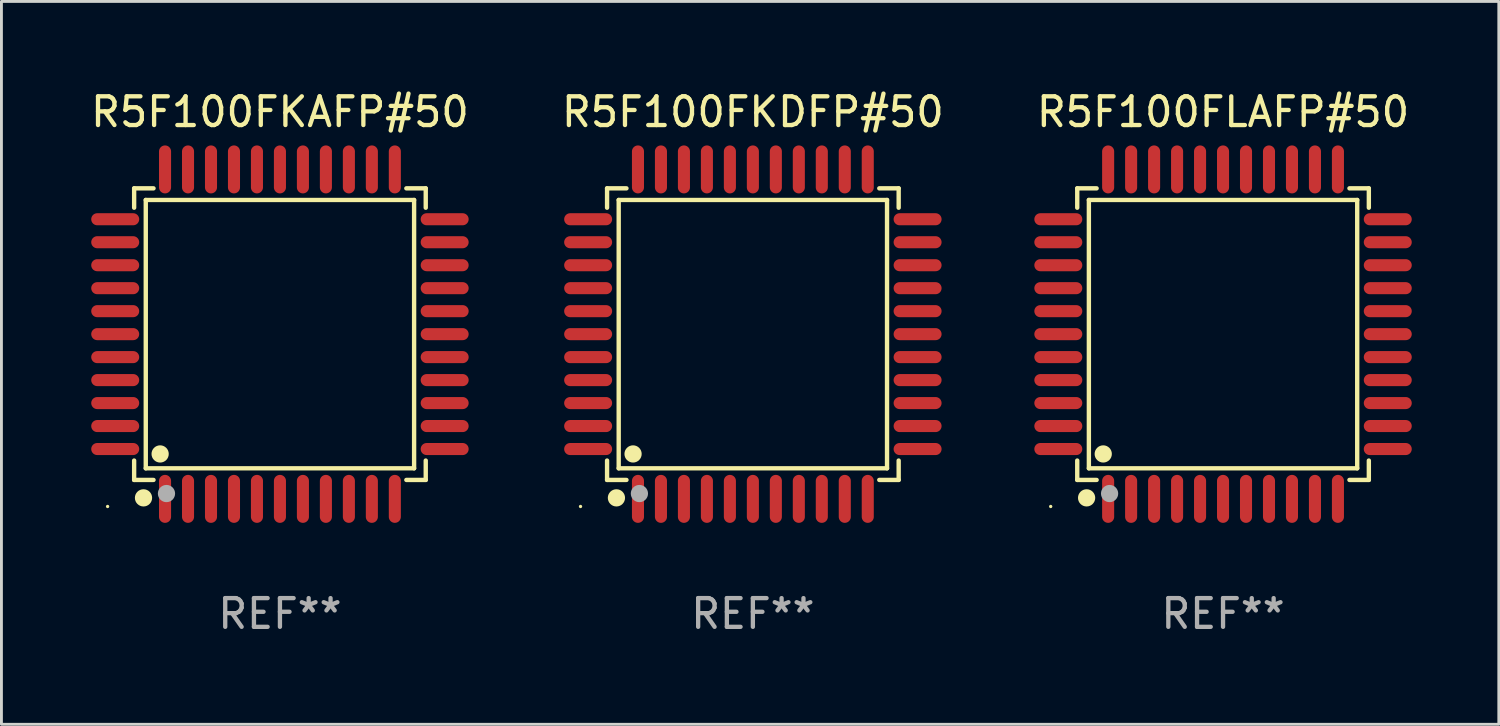
<source format=kicad_pcb>
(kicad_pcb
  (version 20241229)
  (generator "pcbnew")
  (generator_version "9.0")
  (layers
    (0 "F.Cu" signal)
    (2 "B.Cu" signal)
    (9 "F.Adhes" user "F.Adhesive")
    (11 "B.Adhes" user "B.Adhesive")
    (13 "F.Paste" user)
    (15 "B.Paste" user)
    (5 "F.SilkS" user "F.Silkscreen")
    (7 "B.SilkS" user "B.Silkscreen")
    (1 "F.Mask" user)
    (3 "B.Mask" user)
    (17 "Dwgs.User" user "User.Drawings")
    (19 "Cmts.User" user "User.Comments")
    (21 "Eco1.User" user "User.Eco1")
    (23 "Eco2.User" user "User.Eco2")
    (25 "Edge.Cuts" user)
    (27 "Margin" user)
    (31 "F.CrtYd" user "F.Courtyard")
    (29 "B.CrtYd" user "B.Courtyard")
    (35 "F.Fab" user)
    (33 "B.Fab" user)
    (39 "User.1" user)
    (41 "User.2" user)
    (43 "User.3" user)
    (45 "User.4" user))
  (footprint "R5F100FLAFP#50"
    (layer "F.Cu")
    (at 39.53 8.583)
    (property "Reference" "R5F100FLAFP#50" (at 0 -7.735 0) (layer "F.SilkS") (effects (font (size 1 1) (thickness 0.15))))
    (attr through_hole)
    (fp_line (start -5.076 -5.076) (end -4.401 -5.076) (stroke (width 0.152) (type solid)) (layer "F.SilkS"))
    (fp_line (start -5.076 -4.401) (end -5.076 -5.076) (stroke (width 0.152) (type solid)) (layer "F.SilkS"))
    (fp_line (start -5.076 4.401) (end -5.076 5.076) (stroke (width 0.152) (type solid)) (layer "F.SilkS"))
    (fp_line (start -5.076 5.076) (end -4.401 5.076) (stroke (width 0.152) (type solid)) (layer "F.SilkS"))
    (fp_line (start -4.671 -4.671) (end 4.671 -4.671) (stroke (width 0.152) (type solid)) (layer "F.SilkS"))
    (fp_line (start -4.671 4.671) (end -4.671 -4.671) (stroke (width 0.152) (type solid)) (layer "F.SilkS"))
    (fp_line (start 4.671 -4.671) (end 4.671 4.671) (stroke (width 0.152) (type solid)) (layer "F.SilkS"))
    (fp_line (start 4.671 4.671) (end -4.671 4.671) (stroke (width 0.152) (type solid)) (layer "F.SilkS"))
    (fp_line (start 5.076 -5.076) (end 4.401 -5.076) (stroke (width 0.152) (type solid)) (layer "F.SilkS"))
    (fp_line (start 5.076 -4.401) (end 5.076 -5.076) (stroke (width 0.152) (type solid)) (layer "F.SilkS"))
    (fp_line (start 5.076 4.401) (end 5.076 5.076) (stroke (width 0.152) (type solid)) (layer "F.SilkS"))
    (fp_line (start 5.076 5.076) (end 4.401 5.076) (stroke (width 0.152) (type solid)) (layer "F.SilkS"))
    (fp_circle (center -6 6) (end -5.97 6) (stroke (width 0.06) (type solid)) (fill no) (layer "F.SilkS"))
    (fp_circle (center -4.75 5.7) (end -4.6 5.7) (stroke (width 0.3) (type solid)) (fill no) (layer "F.SilkS"))
    (fp_circle (center -4.171 4.171) (end -4.021 4.171) (stroke (width 0.3) (type solid)) (fill no) (layer "F.SilkS"))
    (fp_circle (center -3.95 5.55) (end -3.8 5.55) (stroke (width 0.3) (type solid)) (fill no) (layer "F.Fab"))
    (fp_text user "REF**" (at 0 9.735 0) (layer "F.Fab") (effects (font (size 1 1) (thickness 0.15))))
    (pad "1" smd oval (at -4 5.735) (size 0.42 1.67) (layers "F.Cu" "F.Mask" "F.Paste"))
    (pad "2" smd oval (at -3.2 5.735) (size 0.42 1.67) (layers "F.Cu" "F.Mask" "F.Paste"))
    (pad "3" smd oval (at -2.4 5.735) (size 0.42 1.67) (layers "F.Cu" "F.Mask" "F.Paste"))
    (pad "4" smd oval (at -1.6 5.735) (size 0.42 1.67) (layers "F.Cu" "F.Mask" "F.Paste"))
    (pad "5" smd oval (at -0.8 5.735) (size 0.42 1.67) (layers "F.Cu" "F.Mask" "F.Paste"))
    (pad "6" smd oval (at 0 5.735) (size 0.42 1.67) (layers "F.Cu" "F.Mask" "F.Paste"))
    (pad "7" smd oval (at 0.8 5.735) (size 0.42 1.67) (layers "F.Cu" "F.Mask" "F.Paste"))
    (pad "8" smd oval (at 1.6 5.735) (size 0.42 1.67) (layers "F.Cu" "F.Mask" "F.Paste"))
    (pad "9" smd oval (at 2.4 5.735) (size 0.42 1.67) (layers "F.Cu" "F.Mask" "F.Paste"))
    (pad "10" smd oval (at 3.2 5.735) (size 0.42 1.67) (layers "F.Cu" "F.Mask" "F.Paste"))
    (pad "11" smd oval (at 4 5.735) (size 0.42 1.67) (layers "F.Cu" "F.Mask" "F.Paste"))
    (pad "12" smd oval (at 5.735 4) (size 1.67 0.42) (layers "F.Cu" "F.Mask" "F.Paste"))
    (pad "13" smd oval (at 5.735 3.2) (size 1.67 0.42) (layers "F.Cu" "F.Mask" "F.Paste"))
    (pad "14" smd oval (at 5.735 2.4) (size 1.67 0.42) (layers "F.Cu" "F.Mask" "F.Paste"))
    (pad "15" smd oval (at 5.735 1.6) (size 1.67 0.42) (layers "F.Cu" "F.Mask" "F.Paste"))
    (pad "16" smd oval (at 5.735 0.8) (size 1.67 0.42) (layers "F.Cu" "F.Mask" "F.Paste"))
    (pad "17" smd oval (at 5.735 0) (size 1.67 0.42) (layers "F.Cu" "F.Mask" "F.Paste"))
    (pad "18" smd oval (at 5.735 -0.8) (size 1.67 0.42) (layers "F.Cu" "F.Mask" "F.Paste"))
    (pad "19" smd oval (at 5.735 -1.6) (size 1.67 0.42) (layers "F.Cu" "F.Mask" "F.Paste"))
    (pad "20" smd oval (at 5.735 -2.4) (size 1.67 0.42) (layers "F.Cu" "F.Mask" "F.Paste"))
    (pad "21" smd oval (at 5.735 -3.2) (size 1.67 0.42) (layers "F.Cu" "F.Mask" "F.Paste"))
    (pad "22" smd oval (at 5.735 -4) (size 1.67 0.42) (layers "F.Cu" "F.Mask" "F.Paste"))
    (pad "23" smd oval (at 4 -5.735) (size 0.42 1.67) (layers "F.Cu" "F.Mask" "F.Paste"))
    (pad "24" smd oval (at 3.2 -5.735) (size 0.42 1.67) (layers "F.Cu" "F.Mask" "F.Paste"))
    (pad "25" smd oval (at 2.4 -5.735) (size 0.42 1.67) (layers "F.Cu" "F.Mask" "F.Paste"))
    (pad "26" smd oval (at 1.6 -5.735) (size 0.42 1.67) (layers "F.Cu" "F.Mask" "F.Paste"))
    (pad "27" smd oval (at 0.8 -5.735) (size 0.42 1.67) (layers "F.Cu" "F.Mask" "F.Paste"))
    (pad "28" smd oval (at 0 -5.735) (size 0.42 1.67) (layers "F.Cu" "F.Mask" "F.Paste"))
    (pad "29" smd oval (at -0.8 -5.735) (size 0.42 1.67) (layers "F.Cu" "F.Mask" "F.Paste"))
    (pad "30" smd oval (at -1.6 -5.735) (size 0.42 1.67) (layers "F.Cu" "F.Mask" "F.Paste"))
    (pad "31" smd oval (at -2.4 -5.735) (size 0.42 1.67) (layers "F.Cu" "F.Mask" "F.Paste"))
    (pad "32" smd oval (at -3.2 -5.735) (size 0.42 1.67) (layers "F.Cu" "F.Mask" "F.Paste"))
    (pad "33" smd oval (at -4 -5.735) (size 0.42 1.67) (layers "F.Cu" "F.Mask" "F.Paste"))
    (pad "34" smd oval (at -5.735 -4) (size 1.67 0.42) (layers "F.Cu" "F.Mask" "F.Paste"))
    (pad "35" smd oval (at -5.735 -3.2) (size 1.67 0.42) (layers "F.Cu" "F.Mask" "F.Paste"))
    (pad "36" smd oval (at -5.735 -2.4) (size 1.67 0.42) (layers "F.Cu" "F.Mask" "F.Paste"))
    (pad "37" smd oval (at -5.735 -1.6) (size 1.67 0.42) (layers "F.Cu" "F.Mask" "F.Paste"))
    (pad "38" smd oval (at -5.735 -0.8) (size 1.67 0.42) (layers "F.Cu" "F.Mask" "F.Paste"))
    (pad "39" smd oval (at -5.735 0) (size 1.67 0.42) (layers "F.Cu" "F.Mask" "F.Paste"))
    (pad "40" smd oval (at -5.735 0.8) (size 1.67 0.42) (layers "F.Cu" "F.Mask" "F.Paste"))
    (pad "41" smd oval (at -5.735 1.6) (size 1.67 0.42) (layers "F.Cu" "F.Mask" "F.Paste"))
    (pad "42" smd oval (at -5.735 2.4) (size 1.67 0.42) (layers "F.Cu" "F.Mask" "F.Paste"))
    (pad "43" smd oval (at -5.735 3.2) (size 1.67 0.42) (layers "F.Cu" "F.Mask" "F.Paste"))
    (pad "44" smd oval (at -5.735 4) (size 1.67 0.42) (layers "F.Cu" "F.Mask" "F.Paste")))
  (footprint "R5F100FKAFP#50"
    (layer "F.Cu")
    (at 6.696 8.583)
    (property "Reference" "R5F100FKAFP#50" (at 0 -7.735 0) (layer "F.SilkS") (effects (font (size 1 1) (thickness 0.15))))
    (attr through_hole)
    (fp_line (start -5.076 -5.076) (end -4.401 -5.076) (stroke (width 0.152) (type solid)) (layer "F.SilkS"))
    (fp_line (start -5.076 -4.401) (end -5.076 -5.076) (stroke (width 0.152) (type solid)) (layer "F.SilkS"))
    (fp_line (start -5.076 4.401) (end -5.076 5.076) (stroke (width 0.152) (type solid)) (layer "F.SilkS"))
    (fp_line (start -5.076 5.076) (end -4.401 5.076) (stroke (width 0.152) (type solid)) (layer "F.SilkS"))
    (fp_line (start -4.671 -4.671) (end 4.671 -4.671) (stroke (width 0.152) (type solid)) (layer "F.SilkS"))
    (fp_line (start -4.671 4.671) (end -4.671 -4.671) (stroke (width 0.152) (type solid)) (layer "F.SilkS"))
    (fp_line (start 4.671 -4.671) (end 4.671 4.671) (stroke (width 0.152) (type solid)) (layer "F.SilkS"))
    (fp_line (start 4.671 4.671) (end -4.671 4.671) (stroke (width 0.152) (type solid)) (layer "F.SilkS"))
    (fp_line (start 5.076 -5.076) (end 4.401 -5.076) (stroke (width 0.152) (type solid)) (layer "F.SilkS"))
    (fp_line (start 5.076 -4.401) (end 5.076 -5.076) (stroke (width 0.152) (type solid)) (layer "F.SilkS"))
    (fp_line (start 5.076 4.401) (end 5.076 5.076) (stroke (width 0.152) (type solid)) (layer "F.SilkS"))
    (fp_line (start 5.076 5.076) (end 4.401 5.076) (stroke (width 0.152) (type solid)) (layer "F.SilkS"))
    (fp_circle (center -6 6) (end -5.97 6) (stroke (width 0.06) (type solid)) (fill no) (layer "F.SilkS"))
    (fp_circle (center -4.75 5.7) (end -4.6 5.7) (stroke (width 0.3) (type solid)) (fill no) (layer "F.SilkS"))
    (fp_circle (center -4.171 4.171) (end -4.021 4.171) (stroke (width 0.3) (type solid)) (fill no) (layer "F.SilkS"))
    (fp_circle (center -3.95 5.55) (end -3.8 5.55) (stroke (width 0.3) (type solid)) (fill no) (layer "F.Fab"))
    (fp_text user "REF**" (at 0 9.735 0) (layer "F.Fab") (effects (font (size 1 1) (thickness 0.15))))
    (pad "1" smd oval (at -4 5.735) (size 0.42 1.67) (layers "F.Cu" "F.Mask" "F.Paste"))
    (pad "2" smd oval (at -3.2 5.735) (size 0.42 1.67) (layers "F.Cu" "F.Mask" "F.Paste"))
    (pad "3" smd oval (at -2.4 5.735) (size 0.42 1.67) (layers "F.Cu" "F.Mask" "F.Paste"))
    (pad "4" smd oval (at -1.6 5.735) (size 0.42 1.67) (layers "F.Cu" "F.Mask" "F.Paste"))
    (pad "5" smd oval (at -0.8 5.735) (size 0.42 1.67) (layers "F.Cu" "F.Mask" "F.Paste"))
    (pad "6" smd oval (at 0 5.735) (size 0.42 1.67) (layers "F.Cu" "F.Mask" "F.Paste"))
    (pad "7" smd oval (at 0.8 5.735) (size 0.42 1.67) (layers "F.Cu" "F.Mask" "F.Paste"))
    (pad "8" smd oval (at 1.6 5.735) (size 0.42 1.67) (layers "F.Cu" "F.Mask" "F.Paste"))
    (pad "9" smd oval (at 2.4 5.735) (size 0.42 1.67) (layers "F.Cu" "F.Mask" "F.Paste"))
    (pad "10" smd oval (at 3.2 5.735) (size 0.42 1.67) (layers "F.Cu" "F.Mask" "F.Paste"))
    (pad "11" smd oval (at 4 5.735) (size 0.42 1.67) (layers "F.Cu" "F.Mask" "F.Paste"))
    (pad "12" smd oval (at 5.735 4) (size 1.67 0.42) (layers "F.Cu" "F.Mask" "F.Paste"))
    (pad "13" smd oval (at 5.735 3.2) (size 1.67 0.42) (layers "F.Cu" "F.Mask" "F.Paste"))
    (pad "14" smd oval (at 5.735 2.4) (size 1.67 0.42) (layers "F.Cu" "F.Mask" "F.Paste"))
    (pad "15" smd oval (at 5.735 1.6) (size 1.67 0.42) (layers "F.Cu" "F.Mask" "F.Paste"))
    (pad "16" smd oval (at 5.735 0.8) (size 1.67 0.42) (layers "F.Cu" "F.Mask" "F.Paste"))
    (pad "17" smd oval (at 5.735 0) (size 1.67 0.42) (layers "F.Cu" "F.Mask" "F.Paste"))
    (pad "18" smd oval (at 5.735 -0.8) (size 1.67 0.42) (layers "F.Cu" "F.Mask" "F.Paste"))
    (pad "19" smd oval (at 5.735 -1.6) (size 1.67 0.42) (layers "F.Cu" "F.Mask" "F.Paste"))
    (pad "20" smd oval (at 5.735 -2.4) (size 1.67 0.42) (layers "F.Cu" "F.Mask" "F.Paste"))
    (pad "21" smd oval (at 5.735 -3.2) (size 1.67 0.42) (layers "F.Cu" "F.Mask" "F.Paste"))
    (pad "22" smd oval (at 5.735 -4) (size 1.67 0.42) (layers "F.Cu" "F.Mask" "F.Paste"))
    (pad "23" smd oval (at 4 -5.735) (size 0.42 1.67) (layers "F.Cu" "F.Mask" "F.Paste"))
    (pad "24" smd oval (at 3.2 -5.735) (size 0.42 1.67) (layers "F.Cu" "F.Mask" "F.Paste"))
    (pad "25" smd oval (at 2.4 -5.735) (size 0.42 1.67) (layers "F.Cu" "F.Mask" "F.Paste"))
    (pad "26" smd oval (at 1.6 -5.735) (size 0.42 1.67) (layers "F.Cu" "F.Mask" "F.Paste"))
    (pad "27" smd oval (at 0.8 -5.735) (size 0.42 1.67) (layers "F.Cu" "F.Mask" "F.Paste"))
    (pad "28" smd oval (at 0 -5.735) (size 0.42 1.67) (layers "F.Cu" "F.Mask" "F.Paste"))
    (pad "29" smd oval (at -0.8 -5.735) (size 0.42 1.67) (layers "F.Cu" "F.Mask" "F.Paste"))
    (pad "30" smd oval (at -1.6 -5.735) (size 0.42 1.67) (layers "F.Cu" "F.Mask" "F.Paste"))
    (pad "31" smd oval (at -2.4 -5.735) (size 0.42 1.67) (layers "F.Cu" "F.Mask" "F.Paste"))
    (pad "32" smd oval (at -3.2 -5.735) (size 0.42 1.67) (layers "F.Cu" "F.Mask" "F.Paste"))
    (pad "33" smd oval (at -4 -5.735) (size 0.42 1.67) (layers "F.Cu" "F.Mask" "F.Paste"))
    (pad "34" smd oval (at -5.735 -4) (size 1.67 0.42) (layers "F.Cu" "F.Mask" "F.Paste"))
    (pad "35" smd oval (at -5.735 -3.2) (size 1.67 0.42) (layers "F.Cu" "F.Mask" "F.Paste"))
    (pad "36" smd oval (at -5.735 -2.4) (size 1.67 0.42) (layers "F.Cu" "F.Mask" "F.Paste"))
    (pad "37" smd oval (at -5.735 -1.6) (size 1.67 0.42) (layers "F.Cu" "F.Mask" "F.Paste"))
    (pad "38" smd oval (at -5.735 -0.8) (size 1.67 0.42) (layers "F.Cu" "F.Mask" "F.Paste"))
    (pad "39" smd oval (at -5.735 0) (size 1.67 0.42) (layers "F.Cu" "F.Mask" "F.Paste"))
    (pad "40" smd oval (at -5.735 0.8) (size 1.67 0.42) (layers "F.Cu" "F.Mask" "F.Paste"))
    (pad "41" smd oval (at -5.735 1.6) (size 1.67 0.42) (layers "F.Cu" "F.Mask" "F.Paste"))
    (pad "42" smd oval (at -5.735 2.4) (size 1.67 0.42) (layers "F.Cu" "F.Mask" "F.Paste"))
    (pad "43" smd oval (at -5.735 3.2) (size 1.67 0.42) (layers "F.Cu" "F.Mask" "F.Paste"))
    (pad "44" smd oval (at -5.735 4) (size 1.67 0.42) (layers "F.Cu" "F.Mask" "F.Paste")))
  (footprint "R5F100FKDFP#50"
    (layer "F.Cu")
    (at 23.161 8.583)
    (property "Reference" "R5F100FKDFP#50" (at 0 -7.735 0) (layer "F.SilkS") (effects (font (size 1 1) (thickness 0.15))))
    (attr through_hole)
    (fp_line (start -5.076 -5.076) (end -4.401 -5.076) (stroke (width 0.152) (type solid)) (layer "F.SilkS"))
    (fp_line (start -5.076 -4.401) (end -5.076 -5.076) (stroke (width 0.152) (type solid)) (layer "F.SilkS"))
    (fp_line (start -5.076 4.401) (end -5.076 5.076) (stroke (width 0.152) (type solid)) (layer "F.SilkS"))
    (fp_line (start -5.076 5.076) (end -4.401 5.076) (stroke (width 0.152) (type solid)) (layer "F.SilkS"))
    (fp_line (start -4.671 -4.671) (end 4.671 -4.671) (stroke (width 0.152) (type solid)) (layer "F.SilkS"))
    (fp_line (start -4.671 4.671) (end -4.671 -4.671) (stroke (width 0.152) (type solid)) (layer "F.SilkS"))
    (fp_line (start 4.671 -4.671) (end 4.671 4.671) (stroke (width 0.152) (type solid)) (layer "F.SilkS"))
    (fp_line (start 4.671 4.671) (end -4.671 4.671) (stroke (width 0.152) (type solid)) (layer "F.SilkS"))
    (fp_line (start 5.076 -5.076) (end 4.401 -5.076) (stroke (width 0.152) (type solid)) (layer "F.SilkS"))
    (fp_line (start 5.076 -4.401) (end 5.076 -5.076) (stroke (width 0.152) (type solid)) (layer "F.SilkS"))
    (fp_line (start 5.076 4.401) (end 5.076 5.076) (stroke (width 0.152) (type solid)) (layer "F.SilkS"))
    (fp_line (start 5.076 5.076) (end 4.401 5.076) (stroke (width 0.152) (type solid)) (layer "F.SilkS"))
    (fp_circle (center -6 6) (end -5.97 6) (stroke (width 0.06) (type solid)) (fill no) (layer "F.SilkS"))
    (fp_circle (center -4.75 5.7) (end -4.6 5.7) (stroke (width 0.3) (type solid)) (fill no) (layer "F.SilkS"))
    (fp_circle (center -4.171 4.171) (end -4.021 4.171) (stroke (width 0.3) (type solid)) (fill no) (layer "F.SilkS"))
    (fp_circle (center -3.95 5.55) (end -3.8 5.55) (stroke (width 0.3) (type solid)) (fill no) (layer "F.Fab"))
    (fp_text user "REF**" (at 0 9.735 0) (layer "F.Fab") (effects (font (size 1 1) (thickness 0.15))))
    (pad "1" smd oval (at -4 5.735) (size 0.42 1.67) (layers "F.Cu" "F.Mask" "F.Paste"))
    (pad "2" smd oval (at -3.2 5.735) (size 0.42 1.67) (layers "F.Cu" "F.Mask" "F.Paste"))
    (pad "3" smd oval (at -2.4 5.735) (size 0.42 1.67) (layers "F.Cu" "F.Mask" "F.Paste"))
    (pad "4" smd oval (at -1.6 5.735) (size 0.42 1.67) (layers "F.Cu" "F.Mask" "F.Paste"))
    (pad "5" smd oval (at -0.8 5.735) (size 0.42 1.67) (layers "F.Cu" "F.Mask" "F.Paste"))
    (pad "6" smd oval (at 0 5.735) (size 0.42 1.67) (layers "F.Cu" "F.Mask" "F.Paste"))
    (pad "7" smd oval (at 0.8 5.735) (size 0.42 1.67) (layers "F.Cu" "F.Mask" "F.Paste"))
    (pad "8" smd oval (at 1.6 5.735) (size 0.42 1.67) (layers "F.Cu" "F.Mask" "F.Paste"))
    (pad "9" smd oval (at 2.4 5.735) (size 0.42 1.67) (layers "F.Cu" "F.Mask" "F.Paste"))
    (pad "10" smd oval (at 3.2 5.735) (size 0.42 1.67) (layers "F.Cu" "F.Mask" "F.Paste"))
    (pad "11" smd oval (at 4 5.735) (size 0.42 1.67) (layers "F.Cu" "F.Mask" "F.Paste"))
    (pad "12" smd oval (at 5.735 4) (size 1.67 0.42) (layers "F.Cu" "F.Mask" "F.Paste"))
    (pad "13" smd oval (at 5.735 3.2) (size 1.67 0.42) (layers "F.Cu" "F.Mask" "F.Paste"))
    (pad "14" smd oval (at 5.735 2.4) (size 1.67 0.42) (layers "F.Cu" "F.Mask" "F.Paste"))
    (pad "15" smd oval (at 5.735 1.6) (size 1.67 0.42) (layers "F.Cu" "F.Mask" "F.Paste"))
    (pad "16" smd oval (at 5.735 0.8) (size 1.67 0.42) (layers "F.Cu" "F.Mask" "F.Paste"))
    (pad "17" smd oval (at 5.735 0) (size 1.67 0.42) (layers "F.Cu" "F.Mask" "F.Paste"))
    (pad "18" smd oval (at 5.735 -0.8) (size 1.67 0.42) (layers "F.Cu" "F.Mask" "F.Paste"))
    (pad "19" smd oval (at 5.735 -1.6) (size 1.67 0.42) (layers "F.Cu" "F.Mask" "F.Paste"))
    (pad "20" smd oval (at 5.735 -2.4) (size 1.67 0.42) (layers "F.Cu" "F.Mask" "F.Paste"))
    (pad "21" smd oval (at 5.735 -3.2) (size 1.67 0.42) (layers "F.Cu" "F.Mask" "F.Paste"))
    (pad "22" smd oval (at 5.735 -4) (size 1.67 0.42) (layers "F.Cu" "F.Mask" "F.Paste"))
    (pad "23" smd oval (at 4 -5.735) (size 0.42 1.67) (layers "F.Cu" "F.Mask" "F.Paste"))
    (pad "24" smd oval (at 3.2 -5.735) (size 0.42 1.67) (layers "F.Cu" "F.Mask" "F.Paste"))
    (pad "25" smd oval (at 2.4 -5.735) (size 0.42 1.67) (layers "F.Cu" "F.Mask" "F.Paste"))
    (pad "26" smd oval (at 1.6 -5.735) (size 0.42 1.67) (layers "F.Cu" "F.Mask" "F.Paste"))
    (pad "27" smd oval (at 0.8 -5.735) (size 0.42 1.67) (layers "F.Cu" "F.Mask" "F.Paste"))
    (pad "28" smd oval (at 0 -5.735) (size 0.42 1.67) (layers "F.Cu" "F.Mask" "F.Paste"))
    (pad "29" smd oval (at -0.8 -5.735) (size 0.42 1.67) (layers "F.Cu" "F.Mask" "F.Paste"))
    (pad "30" smd oval (at -1.6 -5.735) (size 0.42 1.67) (layers "F.Cu" "F.Mask" "F.Paste"))
    (pad "31" smd oval (at -2.4 -5.735) (size 0.42 1.67) (layers "F.Cu" "F.Mask" "F.Paste"))
    (pad "32" smd oval (at -3.2 -5.735) (size 0.42 1.67) (layers "F.Cu" "F.Mask" "F.Paste"))
    (pad "33" smd oval (at -4 -5.735) (size 0.42 1.67) (layers "F.Cu" "F.Mask" "F.Paste"))
    (pad "34" smd oval (at -5.735 -4) (size 1.67 0.42) (layers "F.Cu" "F.Mask" "F.Paste"))
    (pad "35" smd oval (at -5.735 -3.2) (size 1.67 0.42) (layers "F.Cu" "F.Mask" "F.Paste"))
    (pad "36" smd oval (at -5.735 -2.4) (size 1.67 0.42) (layers "F.Cu" "F.Mask" "F.Paste"))
    (pad "37" smd oval (at -5.735 -1.6) (size 1.67 0.42) (layers "F.Cu" "F.Mask" "F.Paste"))
    (pad "38" smd oval (at -5.735 -0.8) (size 1.67 0.42) (layers "F.Cu" "F.Mask" "F.Paste"))
    (pad "39" smd oval (at -5.735 0) (size 1.67 0.42) (layers "F.Cu" "F.Mask" "F.Paste"))
    (pad "40" smd oval (at -5.735 0.8) (size 1.67 0.42) (layers "F.Cu" "F.Mask" "F.Paste"))
    (pad "41" smd oval (at -5.735 1.6) (size 1.67 0.42) (layers "F.Cu" "F.Mask" "F.Paste"))
    (pad "42" smd oval (at -5.735 2.4) (size 1.67 0.42) (layers "F.Cu" "F.Mask" "F.Paste"))
    (pad "43" smd oval (at -5.735 3.2) (size 1.67 0.42) (layers "F.Cu" "F.Mask" "F.Paste"))
    (pad "44" smd oval (at -5.735 4) (size 1.67 0.42) (layers "F.Cu" "F.Mask" "F.Paste")))
  (gr_rect
    (start -3 -3)
    (end 49.131 22.167)
    (stroke (width 0.1) (type default))
    (fill no)
    (layer "Edge.Cuts")))
</source>
